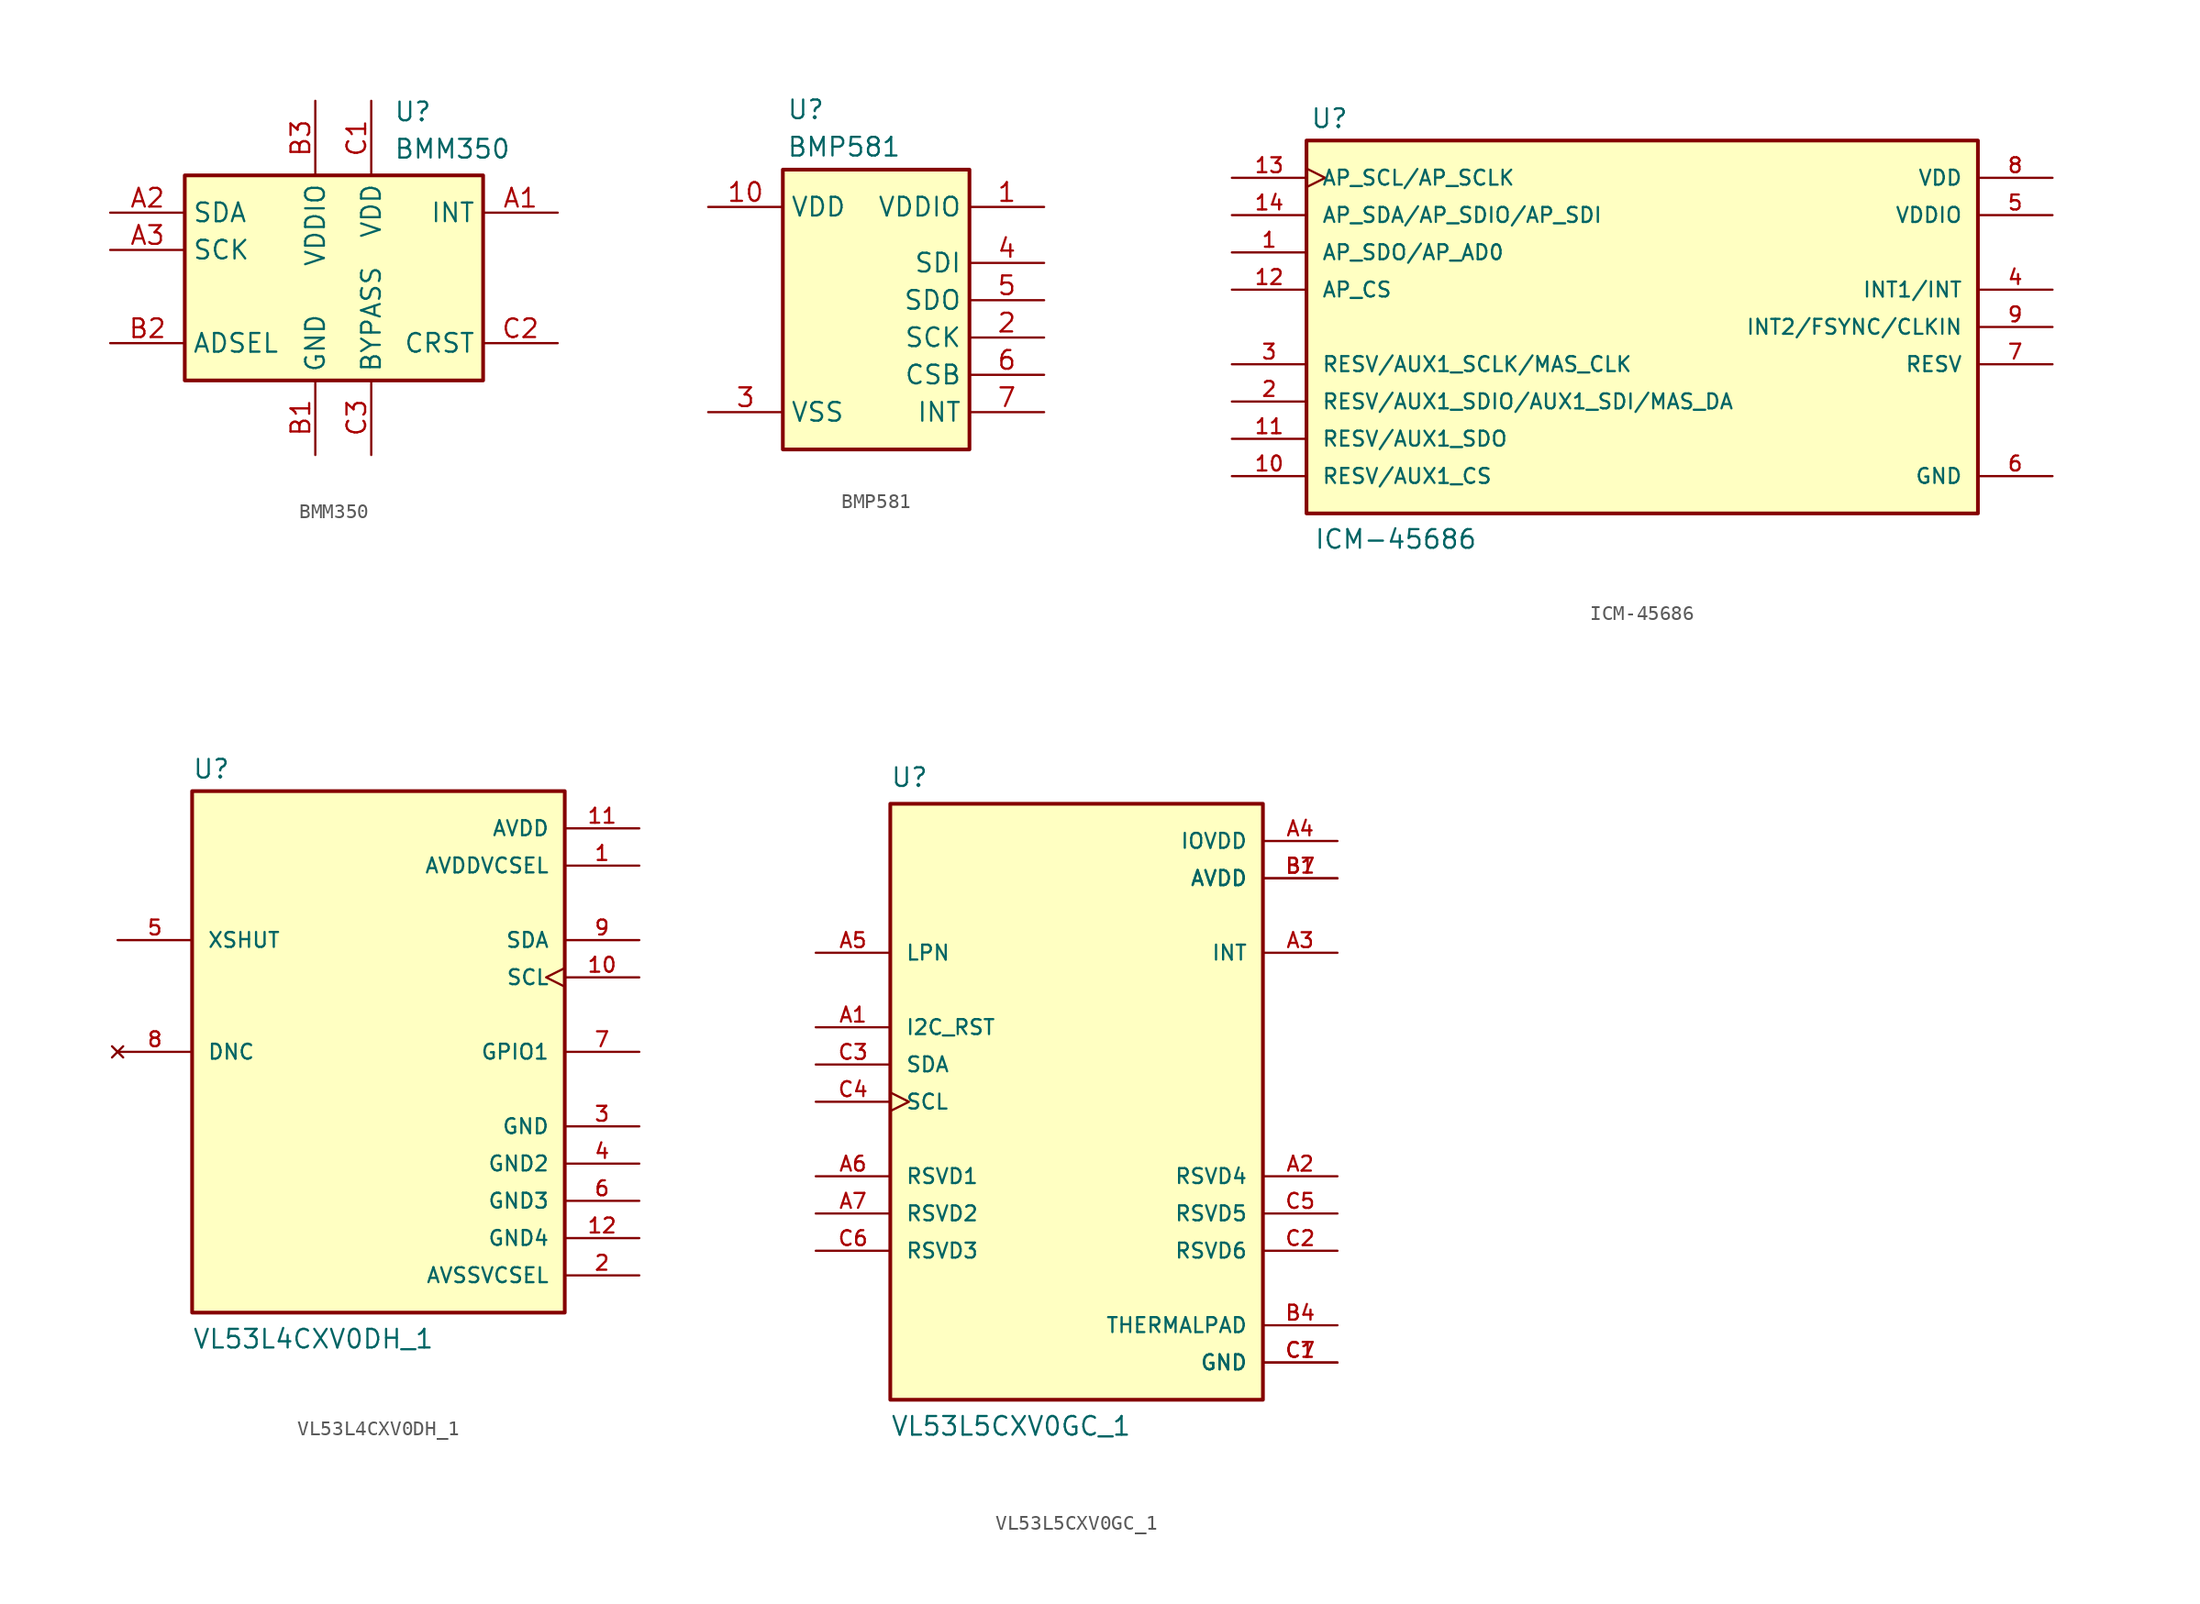
<source format=kicad_sym>
(kicad_symbol_lib
  (version 20241209)
  (generator "kicad_symbol_editor")
  (generator_version "9.0")
  (symbol "BMM350"
    (property "Reference" "U"
      (at 19.304 7.62 0)
      (effects (font (size 1.27 1.27)) (justify left top)))
    (property "Value" "BMM350"
      (at 19.304 5.08 0)
      (effects (font (size 1.27 1.27)) (justify left top)))
    (symbol "BMM350_1_1"
      (rectangle (start 5.08 2.54) (end 25.4 -11.43) (stroke (width 0.254) (type default)) (fill (type background)))
      (pin passive line (at 0 0 0) (length 5.08) (name "SDA" (effects (font (size 1.27 1.27)))) (number "A2" (effects (font (size 1.27 1.27)))))
      (pin passive line (at 0 -2.54 0) (length 5.08) (name "SCK" (effects (font (size 1.27 1.27)))) (number "A3" (effects (font (size 1.27 1.27)))))
      (pin passive line (at 0 -8.89 0) (length 5.08) (name "ADSEL" (effects (font (size 1.27 1.27)))) (number "B2" (effects (font (size 1.27 1.27)))))
      (pin passive line (at 13.97 7.62 270) (length 5.08) (name "VDDIO" (effects (font (size 1.27 1.27)))) (number "B3" (effects (font (size 1.27 1.27)))))
      (pin passive line (at 13.97 -16.51 90) (length 5.08) (name "GND" (effects (font (size 1.27 1.27)))) (number "B1" (effects (font (size 1.27 1.27)))))
      (pin passive line (at 17.78 7.62 270) (length 5.08) (name "VDD" (effects (font (size 1.27 1.27)))) (number "C1" (effects (font (size 1.27 1.27)))))
      (pin passive line (at 17.78 -16.51 90) (length 5.08) (name "BYPASS" (effects (font (size 1.27 1.27)))) (number "C3" (effects (font (size 1.27 1.27)))))
      (pin passive line (at 30.48 0 180) (length 5.08) (name "INT" (effects (font (size 1.27 1.27)))) (number "A1" (effects (font (size 1.27 1.27)))))
      (pin passive line (at 30.48 -8.89 180) (length 5.08) (name "CRST" (effects (font (size 1.27 1.27)))) (number "C2" (effects (font (size 1.27 1.27)))))))
  (symbol "BMP581"
    (property "Reference" "U"
      (at 5.334 7.366 0)
      (effects (font (size 1.27 1.27)) (justify left top)))
    (property "Value" "BMP581"
      (at 5.334 4.826 0)
      (effects (font (size 1.27 1.27)) (justify left top)))
    (symbol "BMP581_1_1"
      (rectangle (start 5.08 2.54) (end 17.78 -16.51) (stroke (width 0.254) (type default)) (fill (type background)))
      (pin passive line (at 0 0 0) (length 5.08) (name "VDD" (effects (font (size 1.27 1.27)))) (number "10" (effects (font (size 1.27 1.27)))))
      (pin passive line (at 0 -13.97 0) (length 5.08) (name "VSS" (effects (font (size 1.27 1.27)))) (number "3" (effects (font (size 1.27 1.27)))))
      (pin passive line (at 0 -13.97 0) (length 5.08) (hide yes) (name "VSS" (effects (font (size 1.27 1.27)))) (number "8" (effects (font (size 1.27 1.27)))))
      (pin passive line (at 0 -13.97 0) (length 5.08) (hide yes) (name "VSS" (effects (font (size 1.27 1.27)))) (number "9" (effects (font (size 1.27 1.27)))))
      (pin passive line (at 22.86 0 180) (length 5.08) (name "VDDIO" (effects (font (size 1.27 1.27)))) (number "1" (effects (font (size 1.27 1.27)))))
      (pin passive line (at 22.86 -3.81 180) (length 5.08) (name "SDI" (effects (font (size 1.27 1.27)))) (number "4" (effects (font (size 1.27 1.27)))))
      (pin passive line (at 22.86 -6.35 180) (length 5.08) (name "SDO" (effects (font (size 1.27 1.27)))) (number "5" (effects (font (size 1.27 1.27)))))
      (pin passive line (at 22.86 -8.89 180) (length 5.08) (name "SCK" (effects (font (size 1.27 1.27)))) (number "2" (effects (font (size 1.27 1.27)))))
      (pin passive line (at 22.86 -11.43 180) (length 5.08) (name "CSB" (effects (font (size 1.27 1.27)))) (number "6" (effects (font (size 1.27 1.27)))))
      (pin passive line (at 22.86 -13.97 180) (length 5.08) (name "INT" (effects (font (size 1.27 1.27)))) (number "7" (effects (font (size 1.27 1.27)))))))
  (symbol "ICM-45686"
    (pin_names
      (offset 1.016))
    (property "Reference" "U"
      (at -40.386 17.272 0)
      (effects (font (size 1.27 1.27)) (justify left bottom)))
    (property "Value" "ICM-45686"
      (at -40.132 -9.906 0)
      (effects (font (size 1.27 1.27)) (justify left top)))
    (symbol "ICM-45686_0_0"
      (rectangle (start -40.64 16.51) (end 5.08 -8.89) (stroke (width 0.254) (type default)) (fill (type background)))
      (pin input clock (at -45.72 13.97 0) (length 5.08) (name "AP_SCL/AP_SCLK" (effects (font (size 1.016 1.016)))) (number "13" (effects (font (size 1.016 1.016)))))
      (pin bidirectional line (at -45.72 11.43 0) (length 5.08) (name "AP_SDA/AP_SDIO/AP_SDI" (effects (font (size 1.016 1.016)))) (number "14" (effects (font (size 1.016 1.016)))))
      (pin output line (at -45.72 8.89 0) (length 5.08) (name "AP_SDO/AP_AD0" (effects (font (size 1.016 1.016)))) (number "1" (effects (font (size 1.016 1.016)))))
      (pin input line (at -45.72 6.35 0) (length 5.08) (name "AP_CS" (effects (font (size 1.016 1.016)))) (number "12" (effects (font (size 1.016 1.016)))))
      (pin input line (at -45.72 1.27 0) (length 5.08) (name "RESV/AUX1_SCLK/MAS_CLK" (effects (font (size 1.016 1.016)))) (number "3" (effects (font (size 1.016 1.016)))))
      (pin bidirectional line (at -45.72 -1.27 0) (length 5.08) (name "RESV/AUX1_SDIO/AUX1_SDI/MAS_DA" (effects (font (size 1.016 1.016)))) (number "2" (effects (font (size 1.016 1.016)))))
      (pin output line (at -45.72 -3.81 0) (length 5.08) (name "RESV/AUX1_SDO" (effects (font (size 1.016 1.016)))) (number "11" (effects (font (size 1.016 1.016)))))
      (pin input line (at -45.72 -6.35 0) (length 5.08) (name "RESV/AUX1_CS" (effects (font (size 1.016 1.016)))) (number "10" (effects (font (size 1.016 1.016)))))
      (pin power_in line (at 10.16 13.97 180) (length 5.08) (name "VDD" (effects (font (size 1.016 1.016)))) (number "8" (effects (font (size 1.016 1.016)))))
      (pin power_in line (at 10.16 11.43 180) (length 5.08) (name "VDDIO" (effects (font (size 1.016 1.016)))) (number "5" (effects (font (size 1.016 1.016)))))
      (pin output line (at 10.16 6.35 180) (length 5.08) (name "INT1/INT" (effects (font (size 1.016 1.016)))) (number "4" (effects (font (size 1.016 1.016)))))
      (pin bidirectional line (at 10.16 3.81 180) (length 5.08) (name "INT2/FSYNC/CLKIN" (effects (font (size 1.016 1.016)))) (number "9" (effects (font (size 1.016 1.016)))))
      (pin bidirectional line (at 10.16 1.27 180) (length 5.08) (name "RESV" (effects (font (size 1.016 1.016)))) (number "7" (effects (font (size 1.016 1.016)))))
      (pin power_in line (at 10.16 -6.35 180) (length 5.08) (name "GND" (effects (font (size 1.016 1.016)))) (number "6" (effects (font (size 1.016 1.016)))))))
  (symbol "VL53L4CXV0DH_1"
    (pin_names
      (offset 1.016))
    (property "Reference" "U"
      (at -12.7 18.542 0)
      (effects (font (size 1.27 1.27)) (justify left bottom)))
    (property "Value" "VL53L4CXV0DH_1"
      (at -12.7 -20.32 0)
      (effects (font (size 1.27 1.27)) (justify left bottom)))
    (symbol "VL53L4CXV0DH_1_0_0"
      (rectangle (start -12.7 -17.78) (end 12.7 17.78) (stroke (width 0.254) (type default)) (fill (type background)))
      (pin input line (at -17.78 7.62 0) (length 5.08) (name "XSHUT" (effects (font (size 1.016 1.016)))) (number "5" (effects (font (size 1.016 1.016)))))
      (pin no_connect line (at -17.78 0 0) (length 5.08) (name "DNC" (effects (font (size 1.016 1.016)))) (number "8" (effects (font (size 1.016 1.016)))))
      (pin power_in line (at 17.78 15.24 180) (length 5.08) (name "AVDD" (effects (font (size 1.016 1.016)))) (number "11" (effects (font (size 1.016 1.016)))))
      (pin power_in line (at 17.78 12.7 180) (length 5.08) (name "AVDDVCSEL" (effects (font (size 1.016 1.016)))) (number "1" (effects (font (size 1.016 1.016)))))
      (pin bidirectional line (at 17.78 7.62 180) (length 5.08) (name "SDA" (effects (font (size 1.016 1.016)))) (number "9" (effects (font (size 1.016 1.016)))))
      (pin input clock (at 17.78 5.08 180) (length 5.08) (name "SCL" (effects (font (size 1.016 1.016)))) (number "10" (effects (font (size 1.016 1.016)))))
      (pin output line (at 17.78 0 180) (length 5.08) (name "GPIO1" (effects (font (size 1.016 1.016)))) (number "7" (effects (font (size 1.016 1.016)))))
      (pin power_in line (at 17.78 -5.08 180) (length 5.08) (name "GND" (effects (font (size 1.016 1.016)))) (number "3" (effects (font (size 1.016 1.016)))))
      (pin power_in line (at 17.78 -7.62 180) (length 5.08) (name "GND2" (effects (font (size 1.016 1.016)))) (number "4" (effects (font (size 1.016 1.016)))))
      (pin power_in line (at 17.78 -10.16 180) (length 5.08) (name "GND3" (effects (font (size 1.016 1.016)))) (number "6" (effects (font (size 1.016 1.016)))))
      (pin power_in line (at 17.78 -12.7 180) (length 5.08) (name "GND4" (effects (font (size 1.016 1.016)))) (number "12" (effects (font (size 1.016 1.016)))))
      (pin power_in line (at 17.78 -15.24 180) (length 5.08) (name "AVSSVCSEL" (effects (font (size 1.016 1.016)))) (number "2" (effects (font (size 1.016 1.016)))))))
  (symbol "VL53L5CXV0GC_1"
    (pin_names
      (offset 1.016))
    (property "Reference" "U"
      (at -12.7 22.86 0)
      (effects (font (size 1.27 1.27)) (justify left top)))
    (property "Value" "VL53L5CXV0GC_1"
      (at -12.7 -22.86 0)
      (effects (font (size 1.27 1.27)) (justify left bottom)))
    (symbol "VL53L5CXV0GC_1_0_0"
      (rectangle (start -12.7 -20.32) (end 12.7 20.32) (stroke (width 0.254) (type default)) (fill (type background)))
      (pin input line (at -17.78 10.16 0) (length 5.08) (name "LPN" (effects (font (size 1.016 1.016)))) (number "A5" (effects (font (size 1.016 1.016)))))
      (pin input line (at -17.78 5.08 0) (length 5.08) (name "I2C_RST" (effects (font (size 1.016 1.016)))) (number "A1" (effects (font (size 1.016 1.016)))))
      (pin bidirectional line (at -17.78 2.54 0) (length 5.08) (name "SDA" (effects (font (size 1.016 1.016)))) (number "C3" (effects (font (size 1.016 1.016)))))
      (pin input clock (at -17.78 0 0) (length 5.08) (name "SCL" (effects (font (size 1.016 1.016)))) (number "C4" (effects (font (size 1.016 1.016)))))
      (pin power_in line (at -17.78 -5.08 0) (length 5.08) (name "RSVD1" (effects (font (size 1.016 1.016)))) (number "A6" (effects (font (size 1.016 1.016)))))
      (pin power_in line (at -17.78 -7.62 0) (length 5.08) (name "RSVD2" (effects (font (size 1.016 1.016)))) (number "A7" (effects (font (size 1.016 1.016)))))
      (pin power_in line (at -17.78 -10.16 0) (length 5.08) (name "RSVD3" (effects (font (size 1.016 1.016)))) (number "C6" (effects (font (size 1.016 1.016)))))
      (pin power_in line (at 17.78 17.78 180) (length 5.08) (name "IOVDD" (effects (font (size 1.016 1.016)))) (number "A4" (effects (font (size 1.016 1.016)))))
      (pin power_in line (at 17.78 15.24 180) (length 5.08) (name "AVDD" (effects (font (size 1.016 1.016)))) (number "B1" (effects (font (size 1.016 1.016)))))
      (pin power_in line (at 17.78 15.24 180) (length 5.08) (name "AVDD" (effects (font (size 1.016 1.016)))) (number "B7" (effects (font (size 1.016 1.016)))))
      (pin bidirectional line (at 17.78 10.16 180) (length 5.08) (name "INT" (effects (font (size 1.016 1.016)))) (number "A3" (effects (font (size 1.016 1.016)))))
      (pin power_in line (at 17.78 -5.08 180) (length 5.08) (name "RSVD4" (effects (font (size 1.016 1.016)))) (number "A2" (effects (font (size 1.016 1.016)))))
      (pin power_in line (at 17.78 -7.62 180) (length 5.08) (name "RSVD5" (effects (font (size 1.016 1.016)))) (number "C5" (effects (font (size 1.016 1.016)))))
      (pin power_in line (at 17.78 -10.16 180) (length 5.08) (name "RSVD6" (effects (font (size 1.016 1.016)))) (number "C2" (effects (font (size 1.016 1.016)))))
      (pin power_in line (at 17.78 -15.24 180) (length 5.08) (name "THERMALPAD" (effects (font (size 1.016 1.016)))) (number "B4" (effects (font (size 1.016 1.016)))))
      (pin power_in line (at 17.78 -17.78 180) (length 5.08) (name "GND" (effects (font (size 1.016 1.016)))) (number "C1" (effects (font (size 1.016 1.016)))))
      (pin power_in line (at 17.78 -17.78 180) (length 5.08) (name "GND" (effects (font (size 1.016 1.016)))) (number "C7" (effects (font (size 1.016 1.016))))))))
</source>
